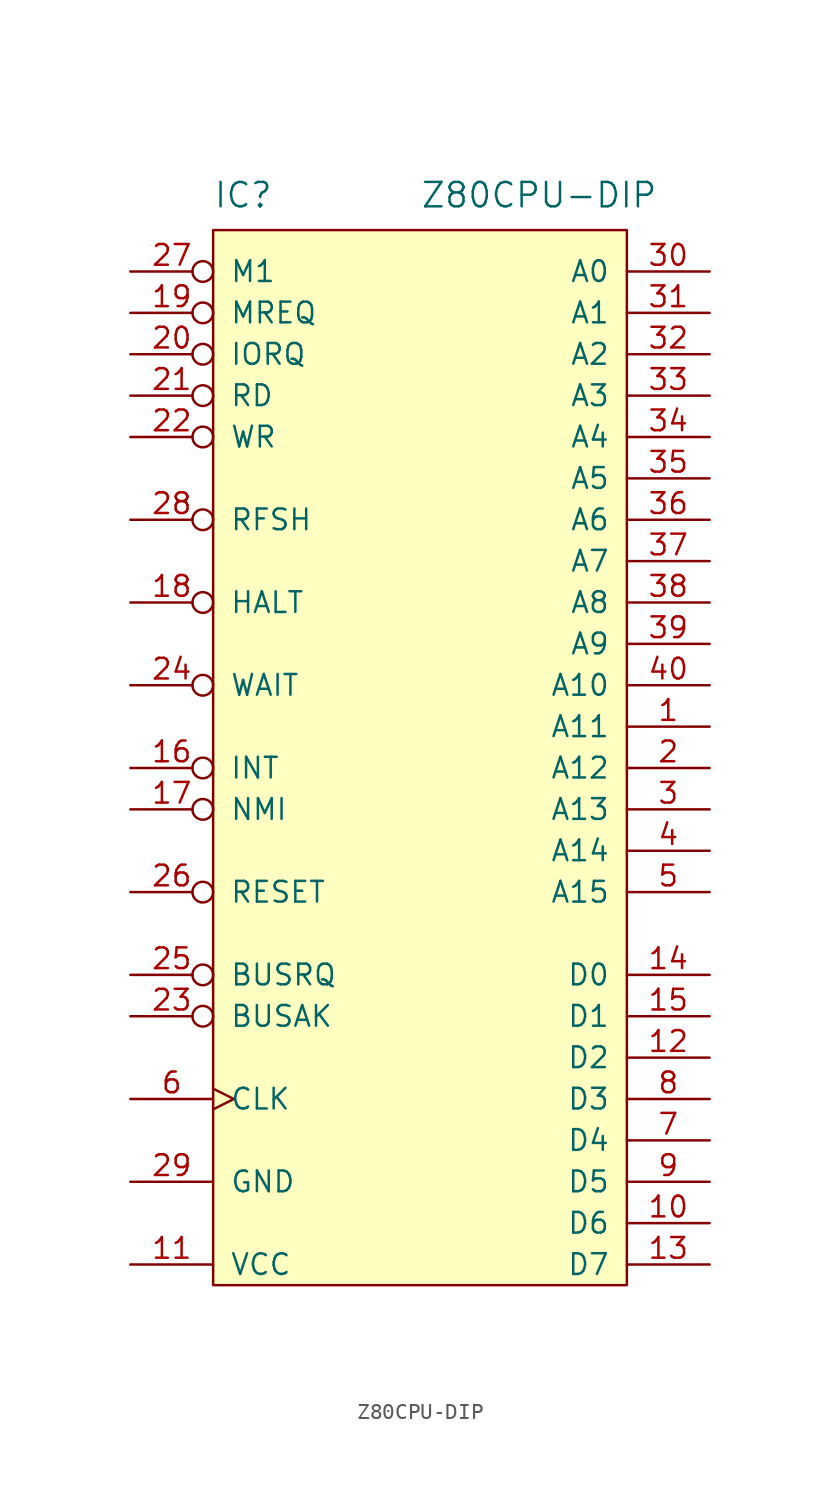
<source format=kicad_sym>
(kicad_symbol_lib
  (version 20211014)
  (generator kicad_symbol_editor)
  (symbol "Z80CPU-DIP"
    (pin_names
      (offset 1.016))
    (property "Reference" "IC"
      (at 0 1.27 0)
      (effects (font (size 1.499 1.499)) (justify left bottom)))
    (property "Value" "Z80CPU-DIP"
      (at 12.7 1.27 0)
      (effects (font (size 1.499 1.499)) (justify left bottom)))
    (symbol "Z80CPU-DIP_1_0"
      (rectangle (start 0 0) (end 25.4 -64.77) (stroke (width 0) (type default) (color 0 0 0 0)) (fill (type background)))
      (pin output line (at 30.48 -30.48 180) (length 5.08) (name "A11" (effects (font (size 1.27 1.27)))) (number "1" (effects (font (size 1.27 1.27)))))
      (pin bidirectional line (at 30.48 -60.96 180) (length 5.08) (name "D6" (effects (font (size 1.27 1.27)))) (number "10" (effects (font (size 1.27 1.27)))))
      (pin power_in line (at -5.08 -63.5 0) (length 5.08) (name "VCC" (effects (font (size 1.27 1.27)))) (number "11" (effects (font (size 1.27 1.27)))))
      (pin bidirectional line (at 30.48 -50.8 180) (length 5.08) (name "D2" (effects (font (size 1.27 1.27)))) (number "12" (effects (font (size 1.27 1.27)))))
      (pin bidirectional line (at 30.48 -63.5 180) (length 5.08) (name "D7" (effects (font (size 1.27 1.27)))) (number "13" (effects (font (size 1.27 1.27)))))
      (pin bidirectional line (at 30.48 -45.72 180) (length 5.08) (name "D0" (effects (font (size 1.27 1.27)))) (number "14" (effects (font (size 1.27 1.27)))))
      (pin bidirectional line (at 30.48 -48.26 180) (length 5.08) (name "D1" (effects (font (size 1.27 1.27)))) (number "15" (effects (font (size 1.27 1.27)))))
      (pin input inverted (at -5.08 -33.02 0) (length 5.08) (name "INT" (effects (font (size 1.27 1.27)))) (number "16" (effects (font (size 1.27 1.27)))))
      (pin input inverted (at -5.08 -35.56 0) (length 5.08) (name "NMI" (effects (font (size 1.27 1.27)))) (number "17" (effects (font (size 1.27 1.27)))))
      (pin output inverted (at -5.08 -22.86 0) (length 5.08) (name "HALT" (effects (font (size 1.27 1.27)))) (number "18" (effects (font (size 1.27 1.27)))))
      (pin output inverted (at -5.08 -5.08 0) (length 5.08) (name "MREQ" (effects (font (size 1.27 1.27)))) (number "19" (effects (font (size 1.27 1.27)))))
      (pin output line (at 30.48 -33.02 180) (length 5.08) (name "A12" (effects (font (size 1.27 1.27)))) (number "2" (effects (font (size 1.27 1.27)))))
      (pin output inverted (at -5.08 -7.62 0) (length 5.08) (name "IORQ" (effects (font (size 1.27 1.27)))) (number "20" (effects (font (size 1.27 1.27)))))
      (pin output inverted (at -5.08 -10.16 0) (length 5.08) (name "RD" (effects (font (size 1.27 1.27)))) (number "21" (effects (font (size 1.27 1.27)))))
      (pin output inverted (at -5.08 -12.7 0) (length 5.08) (name "WR" (effects (font (size 1.27 1.27)))) (number "22" (effects (font (size 1.27 1.27)))))
      (pin output inverted (at -5.08 -48.26 0) (length 5.08) (name "BUSAK" (effects (font (size 1.27 1.27)))) (number "23" (effects (font (size 1.27 1.27)))))
      (pin input inverted (at -5.08 -27.94 0) (length 5.08) (name "WAIT" (effects (font (size 1.27 1.27)))) (number "24" (effects (font (size 1.27 1.27)))))
      (pin input inverted (at -5.08 -45.72 0) (length 5.08) (name "BUSRQ" (effects (font (size 1.27 1.27)))) (number "25" (effects (font (size 1.27 1.27)))))
      (pin input inverted (at -5.08 -40.64 0) (length 5.08) (name "RESET" (effects (font (size 1.27 1.27)))) (number "26" (effects (font (size 1.27 1.27)))))
      (pin output inverted (at -5.08 -2.54 0) (length 5.08) (name "M1" (effects (font (size 1.27 1.27)))) (number "27" (effects (font (size 1.27 1.27)))))
      (pin output inverted (at -5.08 -17.78 0) (length 5.08) (name "RFSH" (effects (font (size 1.27 1.27)))) (number "28" (effects (font (size 1.27 1.27)))))
      (pin power_in line (at -5.08 -58.42 0) (length 5.08) (name "GND" (effects (font (size 1.27 1.27)))) (number "29" (effects (font (size 1.27 1.27)))))
      (pin output line (at 30.48 -35.56 180) (length 5.08) (name "A13" (effects (font (size 1.27 1.27)))) (number "3" (effects (font (size 1.27 1.27)))))
      (pin output line (at 30.48 -2.54 180) (length 5.08) (name "A0" (effects (font (size 1.27 1.27)))) (number "30" (effects (font (size 1.27 1.27)))))
      (pin output line (at 30.48 -5.08 180) (length 5.08) (name "A1" (effects (font (size 1.27 1.27)))) (number "31" (effects (font (size 1.27 1.27)))))
      (pin output line (at 30.48 -7.62 180) (length 5.08) (name "A2" (effects (font (size 1.27 1.27)))) (number "32" (effects (font (size 1.27 1.27)))))
      (pin output line (at 30.48 -10.16 180) (length 5.08) (name "A3" (effects (font (size 1.27 1.27)))) (number "33" (effects (font (size 1.27 1.27)))))
      (pin output line (at 30.48 -12.7 180) (length 5.08) (name "A4" (effects (font (size 1.27 1.27)))) (number "34" (effects (font (size 1.27 1.27)))))
      (pin output line (at 30.48 -15.24 180) (length 5.08) (name "A5" (effects (font (size 1.27 1.27)))) (number "35" (effects (font (size 1.27 1.27)))))
      (pin output line (at 30.48 -17.78 180) (length 5.08) (name "A6" (effects (font (size 1.27 1.27)))) (number "36" (effects (font (size 1.27 1.27)))))
      (pin output line (at 30.48 -20.32 180) (length 5.08) (name "A7" (effects (font (size 1.27 1.27)))) (number "37" (effects (font (size 1.27 1.27)))))
      (pin output line (at 30.48 -22.86 180) (length 5.08) (name "A8" (effects (font (size 1.27 1.27)))) (number "38" (effects (font (size 1.27 1.27)))))
      (pin output line (at 30.48 -25.4 180) (length 5.08) (name "A9" (effects (font (size 1.27 1.27)))) (number "39" (effects (font (size 1.27 1.27)))))
      (pin output line (at 30.48 -38.1 180) (length 5.08) (name "A14" (effects (font (size 1.27 1.27)))) (number "4" (effects (font (size 1.27 1.27)))))
      (pin output line (at 30.48 -27.94 180) (length 5.08) (name "A10" (effects (font (size 1.27 1.27)))) (number "40" (effects (font (size 1.27 1.27)))))
      (pin output line (at 30.48 -40.64 180) (length 5.08) (name "A15" (effects (font (size 1.27 1.27)))) (number "5" (effects (font (size 1.27 1.27)))))
      (pin input clock (at -5.08 -53.34 0) (length 5.08) (name "CLK" (effects (font (size 1.27 1.27)))) (number "6" (effects (font (size 1.27 1.27)))))
      (pin bidirectional line (at 30.48 -55.88 180) (length 5.08) (name "D4" (effects (font (size 1.27 1.27)))) (number "7" (effects (font (size 1.27 1.27)))))
      (pin bidirectional line (at 30.48 -53.34 180) (length 5.08) (name "D3" (effects (font (size 1.27 1.27)))) (number "8" (effects (font (size 1.27 1.27)))))
      (pin bidirectional line (at 30.48 -58.42 180) (length 5.08) (name "D5" (effects (font (size 1.27 1.27)))) (number "9" (effects (font (size 1.27 1.27))))))))
</source>
